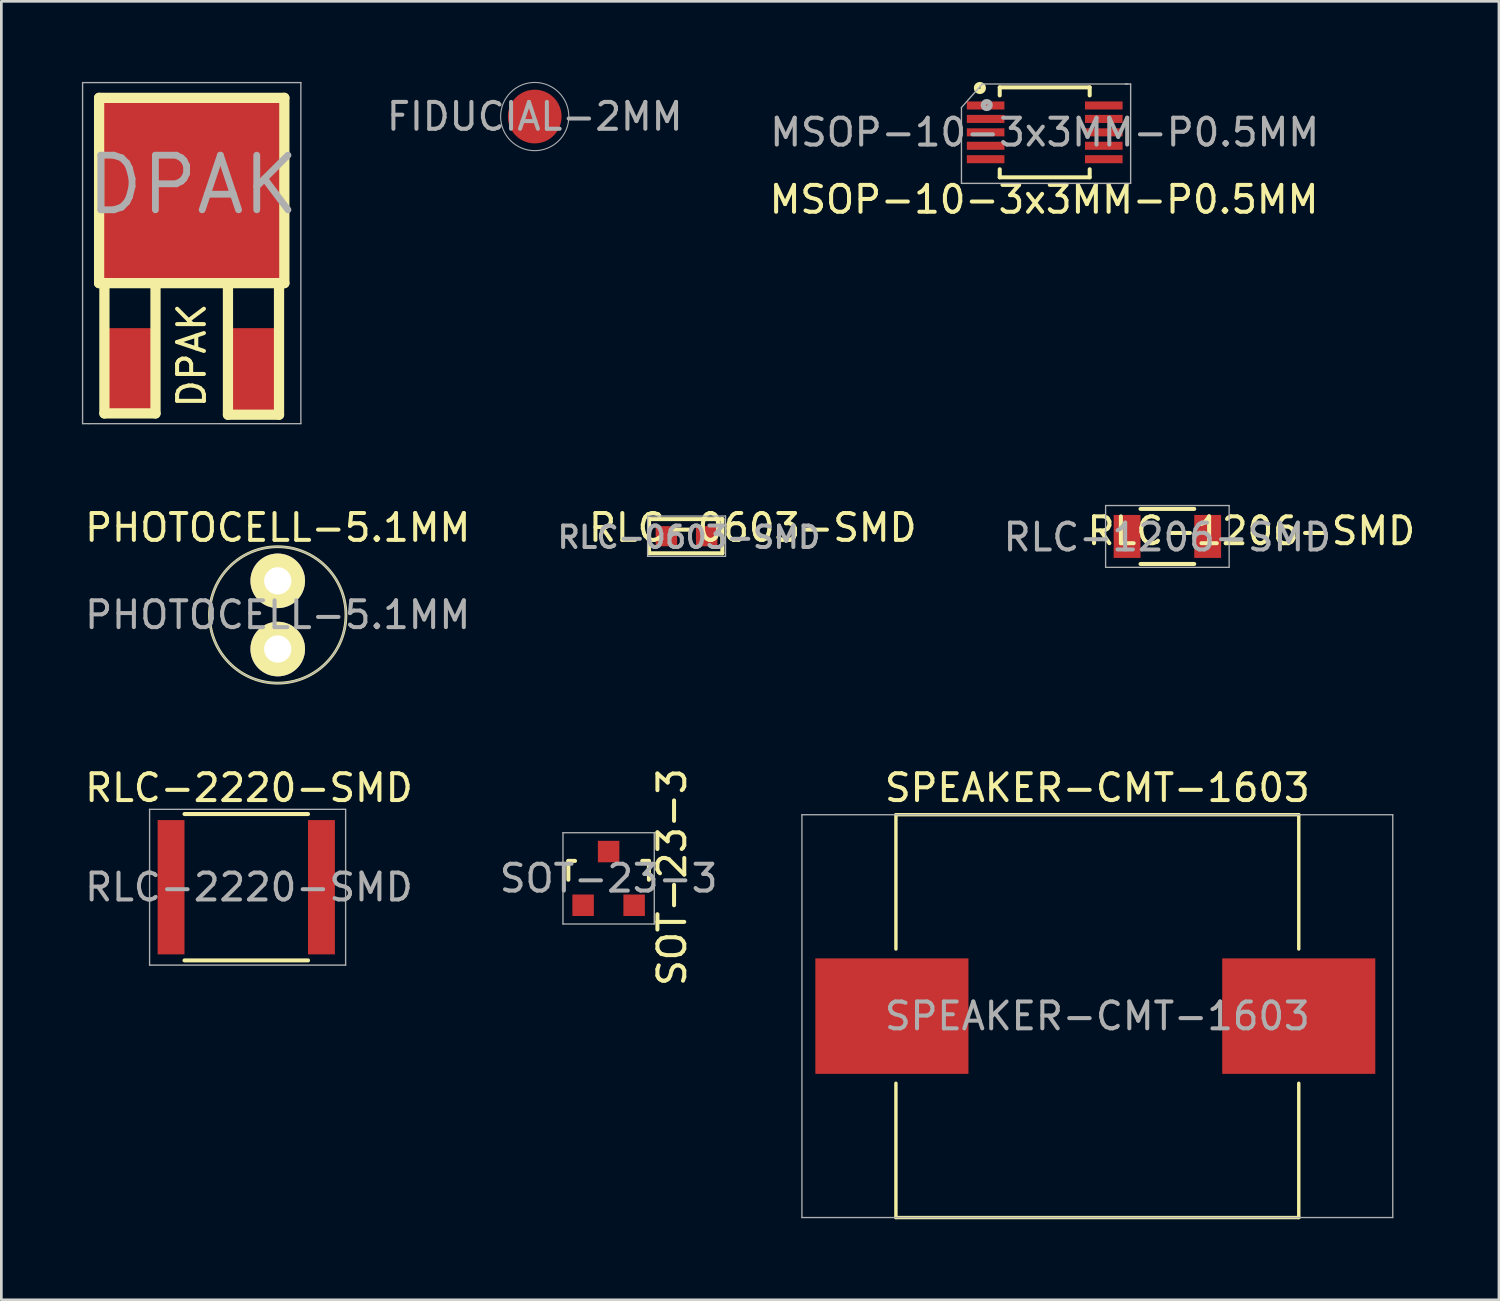
<source format=kicad_pcb>
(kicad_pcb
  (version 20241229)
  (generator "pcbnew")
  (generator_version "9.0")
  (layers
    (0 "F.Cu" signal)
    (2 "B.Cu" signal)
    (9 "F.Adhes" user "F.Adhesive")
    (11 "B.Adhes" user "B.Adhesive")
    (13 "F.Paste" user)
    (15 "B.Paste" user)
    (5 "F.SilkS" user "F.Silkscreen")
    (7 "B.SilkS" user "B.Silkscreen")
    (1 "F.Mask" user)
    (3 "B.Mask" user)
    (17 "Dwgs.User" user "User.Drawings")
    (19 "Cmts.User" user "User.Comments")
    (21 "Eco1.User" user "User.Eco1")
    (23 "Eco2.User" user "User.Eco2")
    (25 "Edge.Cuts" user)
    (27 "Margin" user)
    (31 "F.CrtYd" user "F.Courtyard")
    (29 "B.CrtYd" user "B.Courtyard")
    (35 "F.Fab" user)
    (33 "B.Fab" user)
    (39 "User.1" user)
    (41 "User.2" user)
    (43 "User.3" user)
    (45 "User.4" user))
  (footprint "DPAK"
    (layer "F.Cu")
    (at 4.089 10.693)
    (property "Reference" "DPAK" (at 0.051 -6.858 0) (layer "F.Fab") (effects (font (size 2.032 2.032) (thickness 0.254))))
    (attr smd)
    (fp_line (start -3.449 -10.099) (end 3.449 -10.099) (stroke (width 0.381) (type solid)) (layer "F.SilkS"))
    (fp_line (start -3.449 -3.2) (end -3.449 -10.099) (stroke (width 0.381) (type solid)) (layer "F.SilkS"))
    (fp_line (start -3.251 1.651) (end -3.251 -3.2) (stroke (width 0.381) (type solid)) (layer "F.SilkS"))
    (fp_line (start -3.251 1.651) (end -1.349 1.651) (stroke (width 0.381) (type solid)) (layer "F.SilkS"))
    (fp_line (start -1.349 1.651) (end -1.349 -3.2) (stroke (width 0.381) (type solid)) (layer "F.SilkS"))
    (fp_line (start 1.349 1.699) (end 1.349 -3.2) (stroke (width 0.381) (type solid)) (layer "F.SilkS"))
    (fp_line (start 1.349 1.699) (end 3.251 1.699) (stroke (width 0.381) (type solid)) (layer "F.SilkS"))
    (fp_line (start 3.251 1.699) (end 3.251 -3.2) (stroke (width 0.381) (type solid)) (layer "F.SilkS"))
    (fp_line (start 3.449 -10.099) (end 3.449 -3.2) (stroke (width 0.381) (type solid)) (layer "F.SilkS"))
    (fp_line (start 3.449 -3.2) (end -3.449 -3.2) (stroke (width 0.381) (type solid)) (layer "F.SilkS"))
    (fp_line (start -4.064 -10.668) (end 4.064 -10.668) (stroke (width 0.05) (type solid)) (layer "F.Fab"))
    (fp_line (start -4.064 2.032) (end -4.064 -10.668) (stroke (width 0.05) (type solid)) (layer "F.Fab"))
    (fp_line (start -3.81 2.032) (end -4.064 2.032) (stroke (width 0.05) (type solid)) (layer "F.Fab"))
    (fp_line (start 4.064 -10.668) (end 4.064 2.032) (stroke (width 0.05) (type solid)) (layer "F.Fab"))
    (fp_line (start 4.064 2.032) (end -3.81 2.032) (stroke (width 0.05) (type solid)) (layer "F.Fab"))
    (fp_text user "${REFERENCE}" (at 0 -0.508 90) (layer "F.SilkS") (effects (font (size 1 1) (thickness 0.15))))
    (pad "1" smd rect (at -2.301 0) (size 1.651 3.048) (layers "F.Cu" "F.Mask" "F.Paste"))
    (pad "2" smd rect (at 0 -6.65) (size 6.701 6.701) (layers "F.Cu" "F.Mask" "F.Paste"))
    (pad "3" smd rect (at 2.301 0) (size 1.651 3.048) (layers "F.Cu" "F.Mask" "F.Paste")))
  (footprint "RLC-1206-SMD"
    (layer "F.Cu")
    (at 40.419 16.925)
    (property "Reference" "RLC-1206-SMD" (at 3.126 -0.203 0) (layer "F.SilkS") (effects (font (size 1 1) (thickness 0.15))))
    (attr smd)
    (fp_line (start -1 1.025) (end 1 1.025) (stroke (width 0.15) (type solid)) (layer "F.SilkS"))
    (fp_line (start 1 -1.025) (end -1 -1.025) (stroke (width 0.15) (type solid)) (layer "F.SilkS"))
    (fp_line (start -2.3 -1.15) (end -2.3 1.15) (stroke (width 0.05) (type solid)) (layer "F.Fab"))
    (fp_line (start -2.3 -1.15) (end 2.3 -1.15) (stroke (width 0.05) (type solid)) (layer "F.Fab"))
    (fp_line (start -2.3 1.15) (end 2.3 1.15) (stroke (width 0.05) (type solid)) (layer "F.Fab"))
    (fp_line (start 2.3 -1.15) (end 2.3 1.15) (stroke (width 0.05) (type solid)) (layer "F.Fab"))
    (fp_text user "${REFERENCE}" (at 0 0.03 0) (layer "F.Fab") (effects (font (size 1 1) (thickness 0.15))))
    (pad "1" smd rect (at -1.5 0) (size 1 1.6) (layers "F.Cu" "F.Mask" "F.Paste"))
    (pad "2" smd rect (at 1.5 0) (size 1 1.6) (layers "F.Cu" "F.Mask" "F.Paste")))
  (footprint "FIDUCIAL-2MM"
    (layer "F.Cu")
    (at 16.861 1.29)
    (property "Reference" "FIDUCIAL-2MM" (at 0 0 0) (layer "F.Fab") (effects (font (size 1 1) (thickness 0.15))))
    (attr through_hole)
    (fp_circle (center 0 0) (end 1.27 0) (stroke (width 0.041) (type solid)) (fill no) (layer "F.Fab"))
    (pad "1" smd circle (at 0 0) (size 2 2) (layers "F.Cu" "F.Mask")))
  (footprint "MSOP-10-3x3MM-P0.5MM"
    (layer "F.Cu")
    (at 35.851 1.878)
    (property "Reference" "MSOP-10-3x3MM-P0.5MM" (at 0 0 0) (layer "F.Fab") (effects (font (size 1 1) (thickness 0.15))))
    (attr smd)
    (fp_line (start -1.675 -1.675) (end -1.675 -1.375) (stroke (width 0.15) (type solid)) (layer "F.SilkS"))
    (fp_line (start -1.675 -1.675) (end 1.675 -1.675) (stroke (width 0.15) (type solid)) (layer "F.SilkS"))
    (fp_line (start -1.675 1.675) (end -1.675 1.375) (stroke (width 0.15) (type solid)) (layer "F.SilkS"))
    (fp_line (start -1.675 1.675) (end 1.675 1.675) (stroke (width 0.15) (type solid)) (layer "F.SilkS"))
    (fp_line (start 1.675 -1.675) (end 1.675 -1.375) (stroke (width 0.15) (type solid)) (layer "F.SilkS"))
    (fp_line (start 1.675 1.675) (end 1.675 1.375) (stroke (width 0.15) (type solid)) (layer "F.SilkS"))
    (fp_circle (center -2.413 -1.651) (end -2.413 -1.778) (stroke (width 0.2) (type solid)) (fill no) (layer "F.SilkS"))
    (fp_line (start -3.1 -0.925) (end -3.1 1.9) (stroke (width 0.051) (type solid)) (layer "F.Fab"))
    (fp_line (start -3.1 -0.925) (end -2.325 -1.8) (stroke (width 0.05) (type solid)) (layer "F.Fab"))
    (fp_line (start -3.1 1.9) (end 3.2 1.9) (stroke (width 0.051) (type solid)) (layer "F.Fab"))
    (fp_line (start 3.1 -1.8) (end -2.325 -1.8) (stroke (width 0.051) (type solid)) (layer "F.Fab"))
    (fp_line (start 3.2 -1.8) (end 3 -1.8) (stroke (width 0.051) (type solid)) (layer "F.Fab"))
    (fp_line (start 3.2 1.9) (end 3.2 -1.8) (stroke (width 0.051) (type solid)) (layer "F.Fab"))
    (fp_circle (center -2.159 -1.016) (end -2.159 -1.143) (stroke (width 0.2) (type solid)) (fill no) (layer "F.Fab"))
    (fp_text user "${REFERENCE}" (at -0.025 2.502 0) (layer "F.SilkS") (effects (font (size 1 1) (thickness 0.15))))
    (pad "1" smd rect (at -2.2 -1) (size 1.4 0.3) (layers "F.Cu" "F.Mask" "F.Paste"))
    (pad "2" smd rect (at -2.2 -0.5) (size 1.4 0.3) (layers "F.Cu" "F.Mask" "F.Paste"))
    (pad "3" smd rect (at -2.2 0) (size 1.4 0.3) (layers "F.Cu" "F.Mask" "F.Paste"))
    (pad "4" smd rect (at -2.2 0.5) (size 1.4 0.3) (layers "F.Cu" "F.Mask" "F.Paste"))
    (pad "5" smd rect (at -2.2 1) (size 1.4 0.3) (layers "F.Cu" "F.Mask" "F.Paste"))
    (pad "6" smd rect (at 2.2 1) (size 1.4 0.3) (layers "F.Cu" "F.Mask" "F.Paste"))
    (pad "7" smd rect (at 2.2 0.5) (size 1.4 0.3) (layers "F.Cu" "F.Mask" "F.Paste"))
    (pad "8" smd rect (at 2.2 0) (size 1.4 0.3) (layers "F.Cu" "F.Mask" "F.Paste"))
    (pad "9" smd rect (at 2.2 -0.5) (size 1.4 0.3) (layers "F.Cu" "F.Mask" "F.Paste"))
    (pad "10" smd rect (at 2.2 -1) (size 1.4 0.3) (layers "F.Cu" "F.Mask" "F.Paste")))
  (footprint "RLC-0603-SMD"
    (layer "F.Cu")
    (at 22.515 16.916)
    (property "Reference" "RLC-0603-SMD" (at 0.09 0.04 0) (layer "F.Fab") (effects (font (size 0.8 0.8) (thickness 0.15))))
    (attr smd)
    (fp_line (start -1.397 -0.635) (end -1.397 0.635) (stroke (width 0.152) (type solid)) (layer "F.SilkS"))
    (fp_line (start -1.397 -0.635) (end 1.333 -0.635) (stroke (width 0.15) (type solid)) (layer "F.SilkS"))
    (fp_line (start 1.333 -0.635) (end 1.333 0.635) (stroke (width 0.152) (type solid)) (layer "F.SilkS"))
    (fp_line (start 1.333 0.635) (end -1.397 0.635) (stroke (width 0.15) (type solid)) (layer "F.SilkS"))
    (fp_line (start -1.45 -0.75) (end -1.45 0.75) (stroke (width 0.05) (type solid)) (layer "F.Fab"))
    (fp_line (start -1.45 -0.75) (end 1.45 -0.75) (stroke (width 0.05) (type solid)) (layer "F.Fab"))
    (fp_line (start -1.45 0.75) (end 1.45 0.75) (stroke (width 0.05) (type solid)) (layer "F.Fab"))
    (fp_line (start 1.45 -0.75) (end 1.45 0.75) (stroke (width 0.05) (type solid)) (layer "F.Fab"))
    (fp_text user "${REFERENCE}" (at 2.465 -0.318 0) (layer "F.SilkS") (effects (font (size 1 1) (thickness 0.15))))
    (pad "1" smd rect (at -0.75 0) (size 0.8 0.75) (layers "F.Cu" "F.Mask" "F.Paste"))
    (pad "2" smd rect (at 0.75 0) (size 0.8 0.75) (layers "F.Cu" "F.Mask" "F.Paste")))
  (footprint "RLC-2220-SMD"
    (layer "F.Cu")
    (at 6.12 29.987)
    (property "Reference" "RLC-2220-SMD" (at 0.1 0 0) (layer "F.Fab") (effects (font (size 1 1) (thickness 0.15))))
    (attr smd)
    (fp_line (start -2.3 2.725) (end 2.3 2.725) (stroke (width 0.15) (type solid)) (layer "F.SilkS"))
    (fp_line (start 2.3 -2.725) (end -2.3 -2.725) (stroke (width 0.15) (type solid)) (layer "F.SilkS"))
    (fp_line (start -3.6 -2.9) (end -3.6 2.9) (stroke (width 0.051) (type solid)) (layer "F.Fab"))
    (fp_line (start -3.6 2.9) (end 3.7 2.9) (stroke (width 0.051) (type solid)) (layer "F.Fab"))
    (fp_line (start 3.6 -2.9) (end -3.6 -2.9) (stroke (width 0.051) (type solid)) (layer "F.Fab"))
    (fp_line (start 3.7 -2.9) (end 3.6 -2.9) (stroke (width 0.051) (type solid)) (layer "F.Fab"))
    (fp_line (start 3.7 2.9) (end 3.7 -2.9) (stroke (width 0.051) (type solid)) (layer "F.Fab"))
    (fp_text user "${REFERENCE}" (at 0.1 -3.7 0) (layer "F.SilkS") (effects (font (size 1 1) (thickness 0.15))))
    (pad "1" smd rect (at -2.8 0) (size 1 5) (layers "F.Cu" "F.Mask" "F.Paste"))
    (pad "2" smd rect (at 2.8 0) (size 1 5) (layers "F.Cu" "F.Mask" "F.Paste")))
  (footprint "PHOTOCELL-5.1MM"
    (layer "F.Cu")
    (at 7.292 19.848)
    (property "Reference" "PHOTOCELL-5.1MM" (at 0 0 180) (layer "F.Fab") (effects (font (size 1 1) (thickness 0.15))))
    (attr through_hole)
    (fp_circle (center 0 0) (end 2.54 0) (stroke (width 0.102) (type solid)) (fill no) (layer "F.SilkS"))
    (fp_circle (center 0 0) (end 2.54 0) (stroke (width 0.05) (type solid)) (fill no) (layer "F.Fab"))
    (fp_text user "${REFERENCE}" (at 0 -3.25 0) (layer "F.SilkS") (effects (font (size 1 1) (thickness 0.15))))
    (pad "1" thru_hole circle (at 0 -1.27) (size 2.032 2.032) (drill 1.016) (layers "*.Cu" "*.Mask" "F.SilkS"))
    (pad "2" thru_hole oval (at 0 1.27) (size 2.032 2.032) (drill 1.016) (layers "*.Cu" "*.Mask" "F.SilkS")))
  (footprint "SOT-23-3"
    (layer "F.Cu")
    (at 19.613 29.657)
    (property "Reference" "SOT-23-3" (at 0 0 180) (layer "F.Fab") (effects (font (size 1 1) (thickness 0.15))))
    (attr smd)
    (fp_line (start -1.5 -0.65) (end -1.251 -0.65) (stroke (width 0.15) (type solid)) (layer "F.SilkS"))
    (fp_line (start -1.5 0.051) (end -1.5 -0.65) (stroke (width 0.15) (type solid)) (layer "F.SilkS"))
    (fp_line (start 1.299 -0.65) (end 1.251 -0.65) (stroke (width 0.15) (type solid)) (layer "F.SilkS"))
    (fp_line (start 1.299 -0.65) (end 1.5 -0.65) (stroke (width 0.15) (type solid)) (layer "F.SilkS"))
    (fp_line (start 1.5 -0.65) (end 1.5 0.051) (stroke (width 0.15) (type solid)) (layer "F.SilkS"))
    (fp_line (start -1.7 -1.7) (end -1.7 1.7) (stroke (width 0.05) (type solid)) (layer "F.Fab"))
    (fp_line (start -1.7 1.7) (end 1.7 1.7) (stroke (width 0.05) (type solid)) (layer "F.Fab"))
    (fp_line (start 1.7 -1.7) (end -1.7 -1.7) (stroke (width 0.05) (type solid)) (layer "F.Fab"))
    (fp_line (start 1.7 1.7) (end 1.7 -1.7) (stroke (width 0.05) (type solid)) (layer "F.Fab"))
    (fp_text user "${REFERENCE}" (at 2.362 -0.046 90) (layer "F.SilkS") (effects (font (size 1 1) (thickness 0.15))))
    (pad "1" smd rect (at -0.95 1.001) (size 0.8 0.8) (layers "F.Cu" "F.Mask" "F.Paste"))
    (pad "2" smd rect (at 0.95 1.001) (size 0.8 0.8) (layers "F.Cu" "F.Mask" "F.Paste"))
    (pad "3" smd rect (at 0 -0.998) (size 0.8 0.8) (layers "F.Cu" "F.Mask" "F.Paste")))
  (footprint "SPEAKER-CMT-1603"
    (layer "F.Cu")
    (at 37.811 34.787)
    (property "Reference" "SPEAKER-CMT-1603" (at 0 0 0) (layer "F.Fab") (effects (font (size 1 1) (thickness 0.15))))
    (attr through_hole)
    (fp_line (start -7.5 -7.5) (end -7.5 -2.5) (stroke (width 0.127) (type solid)) (layer "F.SilkS"))
    (fp_line (start -7.5 2.5) (end -7.5 7.5) (stroke (width 0.127) (type solid)) (layer "F.SilkS"))
    (fp_line (start -7.5 7.5) (end 7.5 7.5) (stroke (width 0.127) (type solid)) (layer "F.SilkS"))
    (fp_line (start 7.5 -7.5) (end -7.5 -7.5) (stroke (width 0.127) (type solid)) (layer "F.SilkS"))
    (fp_line (start 7.5 -2.5) (end 7.5 -7.5) (stroke (width 0.127) (type solid)) (layer "F.SilkS"))
    (fp_line (start 7.5 7.5) (end 7.5 2.5) (stroke (width 0.127) (type solid)) (layer "F.SilkS"))
    (fp_line (start -11 -7.5) (end -11 7.5) (stroke (width 0.05) (type solid)) (layer "F.Fab"))
    (fp_line (start -11 7.5) (end 11 7.5) (stroke (width 0.05) (type solid)) (layer "F.Fab"))
    (fp_line (start 11 -7.5) (end -11 -7.5) (stroke (width 0.05) (type solid)) (layer "F.Fab"))
    (fp_line (start 11 7.5) (end 11 -7.5) (stroke (width 0.05) (type solid)) (layer "F.Fab"))
    (fp_text user "${REFERENCE}" (at 0 -8.5 0) (layer "F.SilkS") (effects (font (size 1 1) (thickness 0.15))))
    (pad "1" smd rect (at -7.65 0) (size 5.7 4.3) (layers "F.Cu" "F.Mask" "F.Paste"))
    (pad "2" smd rect (at 7.5 0) (size 5.7 4.3) (layers "F.Cu" "F.Mask" "F.Paste")))
  (gr_rect
    (start -3 -3)
    (end 52.765 45.351)
    (stroke (width 0.1) (type default))
    (fill no)
    (layer "Edge.Cuts")))
</source>
